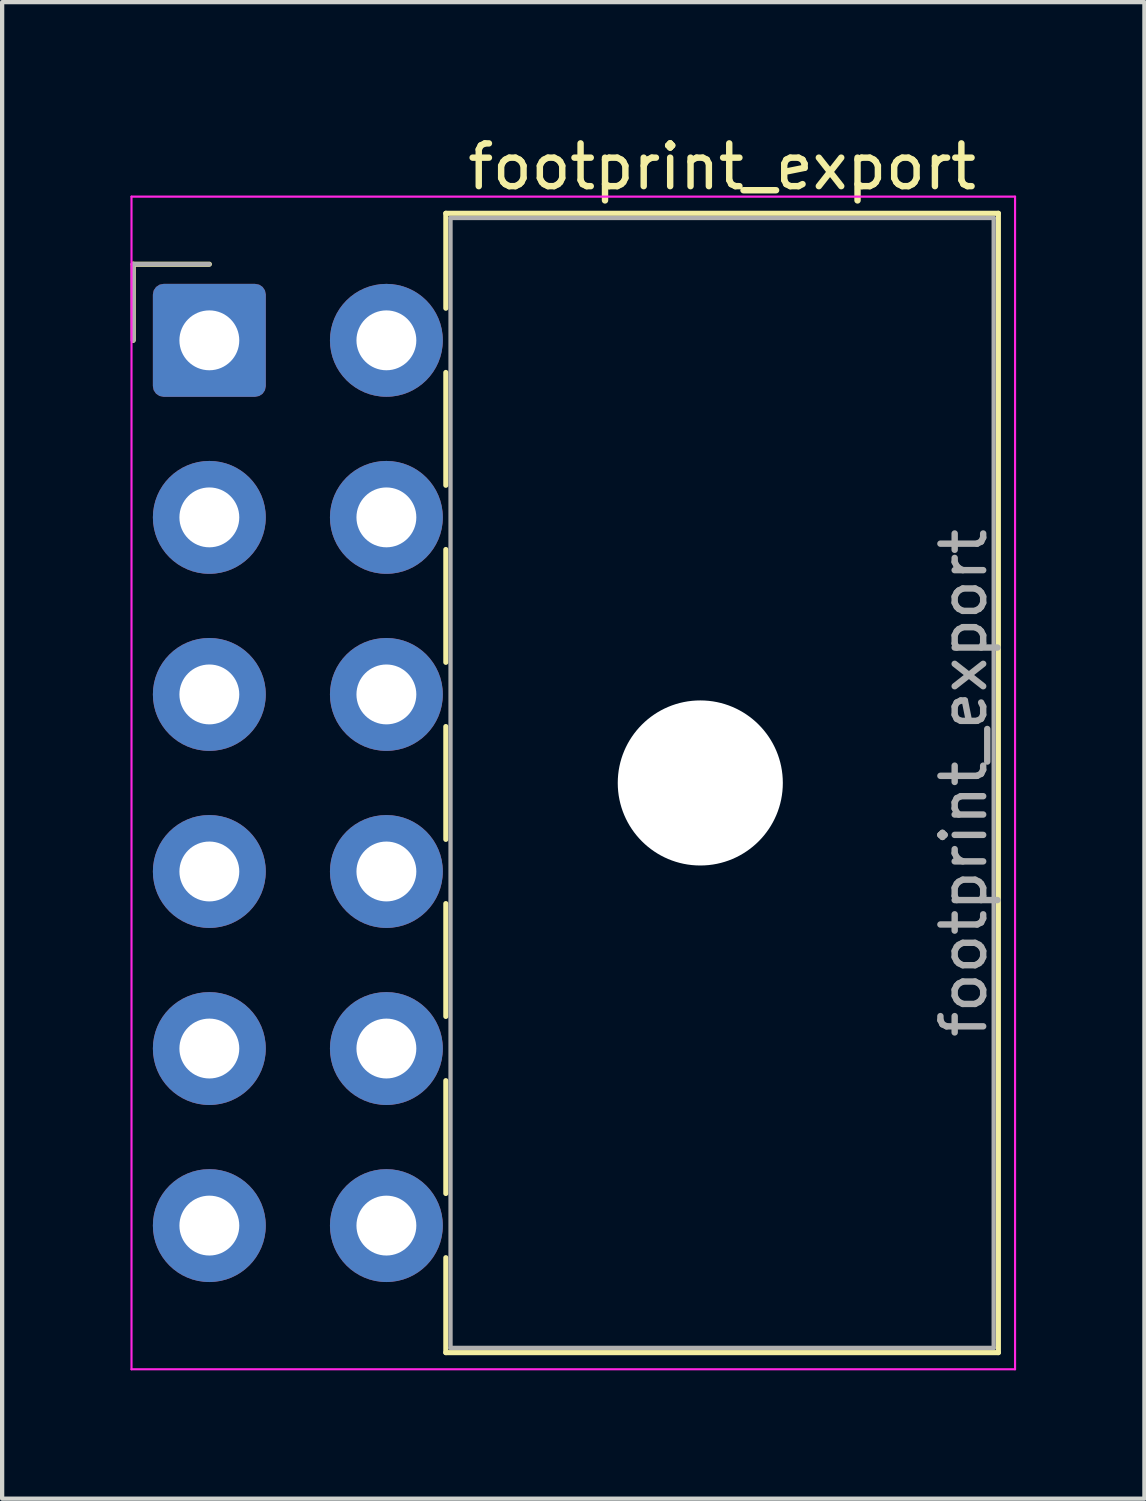
<source format=kicad_pcb>
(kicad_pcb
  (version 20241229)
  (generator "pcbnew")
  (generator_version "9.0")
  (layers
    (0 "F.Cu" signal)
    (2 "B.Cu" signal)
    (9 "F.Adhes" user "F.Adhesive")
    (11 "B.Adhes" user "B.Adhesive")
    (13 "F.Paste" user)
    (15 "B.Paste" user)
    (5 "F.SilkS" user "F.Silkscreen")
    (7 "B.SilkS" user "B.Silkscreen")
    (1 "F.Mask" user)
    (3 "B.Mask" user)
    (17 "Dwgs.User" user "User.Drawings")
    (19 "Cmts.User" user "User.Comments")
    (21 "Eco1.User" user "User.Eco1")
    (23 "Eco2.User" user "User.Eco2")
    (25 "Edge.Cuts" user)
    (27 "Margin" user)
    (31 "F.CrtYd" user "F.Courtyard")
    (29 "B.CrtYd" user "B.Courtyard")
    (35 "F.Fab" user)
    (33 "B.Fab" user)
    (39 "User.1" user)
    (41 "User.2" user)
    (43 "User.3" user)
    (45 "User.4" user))
  (footprint "footprint_export"
    (layer "F.Cu")
    (at 1.845 4.908)
    (property "Reference" "footprint_export" (at 11.99 -4.06 0) (layer "F.SilkS") (effects (font (size 1 1) (thickness 0.15))))
    (attr through_hole)
    (fp_line (start -1.78 -1.78) (end -1.78 0) (stroke (width 0.12) (type solid)) (layer "F.SilkS"))
    (fp_line (start 0 -1.78) (end -1.78 -1.78) (stroke (width 0.12) (type solid)) (layer "F.SilkS"))
    (fp_line (start 5.53 -2.97) (end 18.45 -2.97) (stroke (width 0.12) (type solid)) (layer "F.SilkS"))
    (fp_line (start 5.53 -0.751) (end 5.53 -2.97) (stroke (width 0.12) (type solid)) (layer "F.SilkS"))
    (fp_line (start 5.53 0.751) (end 5.53 3.389) (stroke (width 0.12) (type solid)) (layer "F.SilkS"))
    (fp_line (start 5.53 4.891) (end 5.53 7.529) (stroke (width 0.12) (type solid)) (layer "F.SilkS"))
    (fp_line (start 5.53 9.031) (end 5.53 11.669) (stroke (width 0.12) (type solid)) (layer "F.SilkS"))
    (fp_line (start 5.53 13.171) (end 5.53 15.809) (stroke (width 0.12) (type solid)) (layer "F.SilkS"))
    (fp_line (start 5.53 17.311) (end 5.53 19.949) (stroke (width 0.12) (type solid)) (layer "F.SilkS"))
    (fp_line (start 5.53 23.67) (end 5.53 21.451) (stroke (width 0.12) (type solid)) (layer "F.SilkS"))
    (fp_line (start 18.45 -2.97) (end 18.45 23.67) (stroke (width 0.12) (type solid)) (layer "F.SilkS"))
    (fp_line (start 18.45 23.67) (end 5.53 23.67) (stroke (width 0.12) (type solid)) (layer "F.SilkS"))
    (fp_line (start -1.82 -3.36) (end -1.82 24.06) (stroke (width 0.05) (type solid)) (layer "F.CrtYd"))
    (fp_line (start -1.82 24.06) (end 18.84 24.06) (stroke (width 0.05) (type solid)) (layer "F.CrtYd"))
    (fp_line (start 18.84 -3.36) (end -1.82 -3.36) (stroke (width 0.05) (type solid)) (layer "F.CrtYd"))
    (fp_line (start 18.84 24.06) (end 18.84 -3.36) (stroke (width 0.05) (type solid)) (layer "F.CrtYd"))
    (fp_line (start -1.78 -1.78) (end -1.78 0) (stroke (width 0.1) (type solid)) (layer "F.Fab"))
    (fp_line (start 0 -1.78) (end -1.78 -1.78) (stroke (width 0.1) (type solid)) (layer "F.Fab"))
    (fp_line (start 5.64 -2.86) (end 5.64 23.56) (stroke (width 0.1) (type solid)) (layer "F.Fab"))
    (fp_line (start 5.64 23.56) (end 18.34 23.56) (stroke (width 0.1) (type solid)) (layer "F.Fab"))
    (fp_line (start 18.34 -2.86) (end 5.64 -2.86) (stroke (width 0.1) (type solid)) (layer "F.Fab"))
    (fp_line (start 18.34 23.56) (end 18.34 -2.86) (stroke (width 0.1) (type solid)) (layer "F.Fab"))
    (fp_text user "${REFERENCE}" (at 17.64 10.35 90) (layer "F.Fab") (effects (font (size 1 1) (thickness 0.15))))
    (pad "" np_thru_hole circle (at 11.48 10.35) (size 3.86 3.86) (drill 3.86) (layers "*.Cu" "*.Mask"))
    (pad "1" thru_hole roundrect (at 0 0) (size 2.64 2.64) (drill 1.4) (layers "*.Cu" "*.Mask") (roundrect_rratio 0.095))
    (pad "2" thru_hole circle (at 0 4.14) (size 2.64 2.64) (drill 1.4) (layers "*.Cu" "*.Mask"))
    (pad "3" thru_hole circle (at 0 8.28) (size 2.64 2.64) (drill 1.4) (layers "*.Cu" "*.Mask"))
    (pad "4" thru_hole circle (at 0 12.42) (size 2.64 2.64) (drill 1.4) (layers "*.Cu" "*.Mask"))
    (pad "5" thru_hole circle (at 0 16.56) (size 2.64 2.64) (drill 1.4) (layers "*.Cu" "*.Mask"))
    (pad "6" thru_hole circle (at 0 20.7) (size 2.64 2.64) (drill 1.4) (layers "*.Cu" "*.Mask"))
    (pad "7" thru_hole circle (at 4.14 0) (size 2.64 2.64) (drill 1.4) (layers "*.Cu" "*.Mask"))
    (pad "8" thru_hole circle (at 4.14 4.14) (size 2.64 2.64) (drill 1.4) (layers "*.Cu" "*.Mask"))
    (pad "9" thru_hole circle (at 4.14 8.28) (size 2.64 2.64) (drill 1.4) (layers "*.Cu" "*.Mask"))
    (pad "10" thru_hole circle (at 4.14 12.42) (size 2.64 2.64) (drill 1.4) (layers "*.Cu" "*.Mask"))
    (pad "11" thru_hole circle (at 4.14 16.56) (size 2.64 2.64) (drill 1.4) (layers "*.Cu" "*.Mask"))
    (pad "12" thru_hole circle (at 4.14 20.7) (size 2.64 2.64) (drill 1.4) (layers "*.Cu" "*.Mask")))
  (gr_rect
    (start -3 -3)
    (end 23.71 31.993)
    (stroke (width 0.1) (type default))
    (fill no)
    (layer "Edge.Cuts")))
</source>
